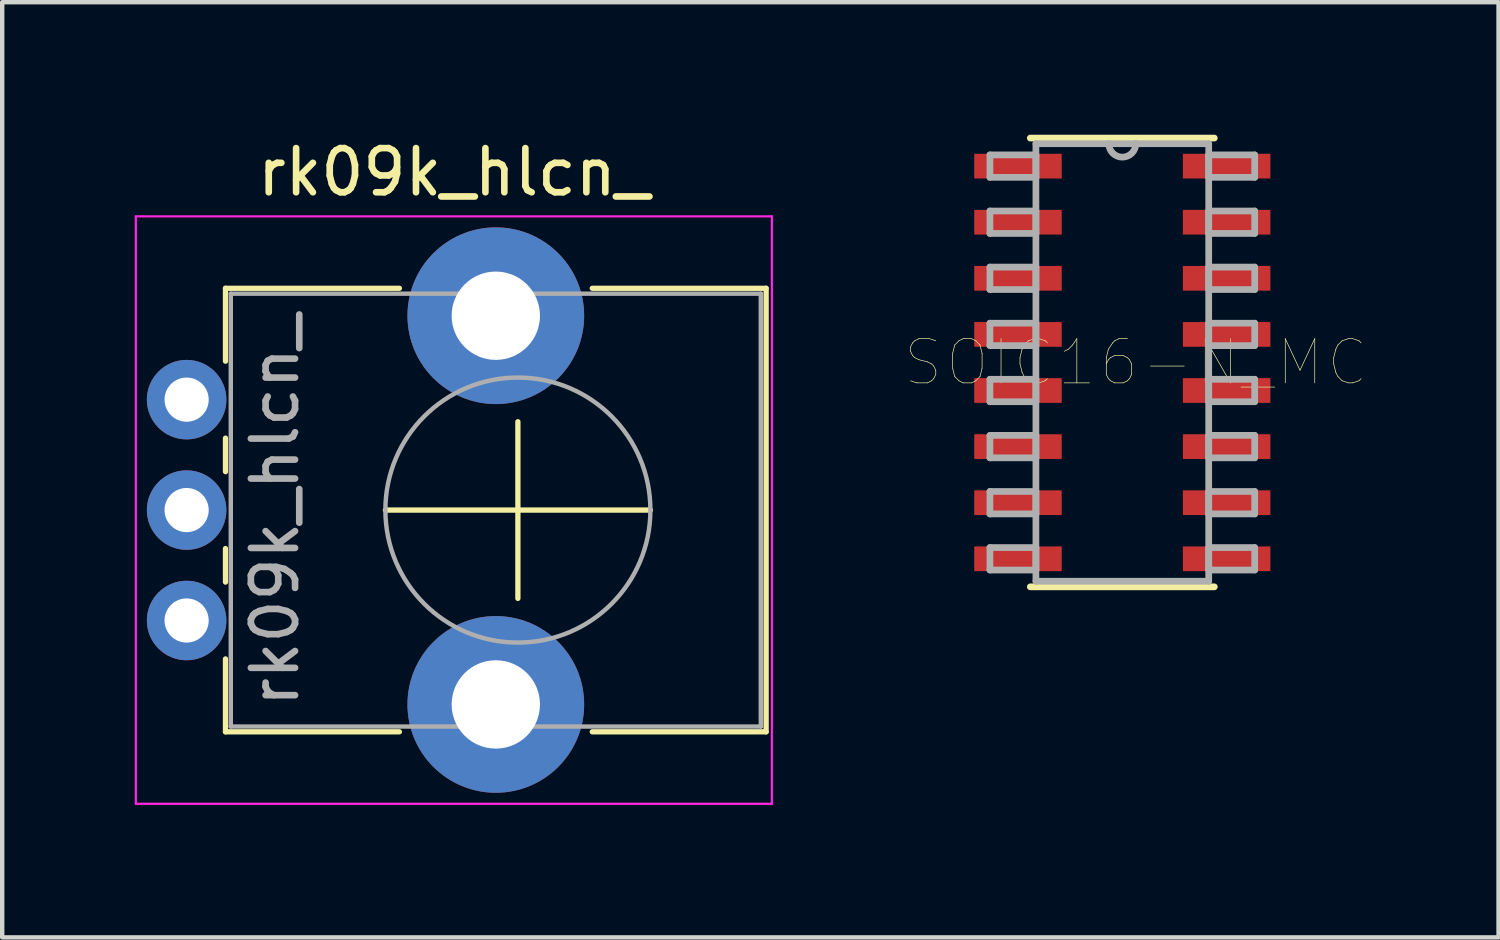
<source format=kicad_pcb>
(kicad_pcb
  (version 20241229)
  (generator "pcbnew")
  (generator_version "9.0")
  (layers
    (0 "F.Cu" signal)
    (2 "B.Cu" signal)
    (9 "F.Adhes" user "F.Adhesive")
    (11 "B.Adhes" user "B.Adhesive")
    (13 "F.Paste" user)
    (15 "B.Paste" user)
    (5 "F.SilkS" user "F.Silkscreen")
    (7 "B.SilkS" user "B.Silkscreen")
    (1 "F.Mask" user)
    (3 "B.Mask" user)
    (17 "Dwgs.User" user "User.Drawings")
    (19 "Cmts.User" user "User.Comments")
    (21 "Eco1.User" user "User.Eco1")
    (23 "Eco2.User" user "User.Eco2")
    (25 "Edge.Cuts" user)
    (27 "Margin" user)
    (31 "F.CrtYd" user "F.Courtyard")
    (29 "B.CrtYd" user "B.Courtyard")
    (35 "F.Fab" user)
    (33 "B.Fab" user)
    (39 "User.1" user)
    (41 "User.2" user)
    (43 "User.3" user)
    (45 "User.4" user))
  (footprint "SOIC16-N_MC"
    (layer "F.Cu")
    (at 22.359 5.156)
    (property "Reference" "SOIC16-N_MC" (at 0.305 0.000001 0) (layer "F.SilkS") (effects (font (size 1.001 1.001) (thickness 0.015))))
    (attr through_hole)
    (fp_line (start -2.083 5.08) (end 2.083 5.08) (stroke (width 0.152) (type solid)) (layer "F.SilkS"))
    (fp_line (start 2.083 -5.08) (end -2.083 -5.08) (stroke (width 0.152) (type solid)) (layer "F.SilkS"))
    (fp_line (start -2.997 -4.699) (end -2.997 -4.191) (stroke (width 0.152) (type solid)) (layer "F.Fab"))
    (fp_line (start -2.997 -4.191) (end -1.956 -4.191) (stroke (width 0.152) (type solid)) (layer "F.Fab"))
    (fp_line (start -2.997 -3.429) (end -2.997 -2.921) (stroke (width 0.152) (type solid)) (layer "F.Fab"))
    (fp_line (start -2.997 -2.921) (end -1.956 -2.921) (stroke (width 0.152) (type solid)) (layer "F.Fab"))
    (fp_line (start -2.997 -2.159) (end -2.997 -1.651) (stroke (width 0.152) (type solid)) (layer "F.Fab"))
    (fp_line (start -2.997 -1.651) (end -1.956 -1.651) (stroke (width 0.152) (type solid)) (layer "F.Fab"))
    (fp_line (start -2.997 -0.889) (end -2.997 -0.381) (stroke (width 0.152) (type solid)) (layer "F.Fab"))
    (fp_line (start -2.997 -0.381) (end -1.956 -0.381) (stroke (width 0.152) (type solid)) (layer "F.Fab"))
    (fp_line (start -2.997 0.381) (end -2.997 0.889) (stroke (width 0.152) (type solid)) (layer "F.Fab"))
    (fp_line (start -2.997 0.889) (end -1.956 0.889) (stroke (width 0.152) (type solid)) (layer "F.Fab"))
    (fp_line (start -2.997 1.651) (end -2.997 2.159) (stroke (width 0.152) (type solid)) (layer "F.Fab"))
    (fp_line (start -2.997 2.159) (end -1.956 2.159) (stroke (width 0.152) (type solid)) (layer "F.Fab"))
    (fp_line (start -2.997 2.921) (end -2.997 3.429) (stroke (width 0.152) (type solid)) (layer "F.Fab"))
    (fp_line (start -2.997 3.429) (end -1.956 3.429) (stroke (width 0.152) (type solid)) (layer "F.Fab"))
    (fp_line (start -2.997 4.191) (end -2.997 4.699) (stroke (width 0.152) (type solid)) (layer "F.Fab"))
    (fp_line (start -2.997 4.699) (end -1.956 4.699) (stroke (width 0.152) (type solid)) (layer "F.Fab"))
    (fp_line (start -1.956 -4.953) (end -1.956 4.953) (stroke (width 0.152) (type solid)) (layer "F.Fab"))
    (fp_line (start -1.956 -4.699) (end -2.997 -4.699) (stroke (width 0.152) (type solid)) (layer "F.Fab"))
    (fp_line (start -1.956 -4.191) (end -1.956 -4.699) (stroke (width 0.152) (type solid)) (layer "F.Fab"))
    (fp_line (start -1.956 -3.429) (end -2.997 -3.429) (stroke (width 0.152) (type solid)) (layer "F.Fab"))
    (fp_line (start -1.956 -2.921) (end -1.956 -3.429) (stroke (width 0.152) (type solid)) (layer "F.Fab"))
    (fp_line (start -1.956 -2.159) (end -2.997 -2.159) (stroke (width 0.152) (type solid)) (layer "F.Fab"))
    (fp_line (start -1.956 -1.651) (end -1.956 -2.159) (stroke (width 0.152) (type solid)) (layer "F.Fab"))
    (fp_line (start -1.956 -0.889) (end -2.997 -0.889) (stroke (width 0.152) (type solid)) (layer "F.Fab"))
    (fp_line (start -1.956 -0.381) (end -1.956 -0.889) (stroke (width 0.152) (type solid)) (layer "F.Fab"))
    (fp_line (start -1.956 0.381) (end -2.997 0.381) (stroke (width 0.152) (type solid)) (layer "F.Fab"))
    (fp_line (start -1.956 0.889) (end -1.956 0.381) (stroke (width 0.152) (type solid)) (layer "F.Fab"))
    (fp_line (start -1.956 1.651) (end -2.997 1.651) (stroke (width 0.152) (type solid)) (layer "F.Fab"))
    (fp_line (start -1.956 2.159) (end -1.956 1.651) (stroke (width 0.152) (type solid)) (layer "F.Fab"))
    (fp_line (start -1.956 2.921) (end -2.997 2.921) (stroke (width 0.152) (type solid)) (layer "F.Fab"))
    (fp_line (start -1.956 3.429) (end -1.956 2.921) (stroke (width 0.152) (type solid)) (layer "F.Fab"))
    (fp_line (start -1.956 4.191) (end -2.997 4.191) (stroke (width 0.152) (type solid)) (layer "F.Fab"))
    (fp_line (start -1.956 4.699) (end -1.956 4.191) (stroke (width 0.152) (type solid)) (layer "F.Fab"))
    (fp_line (start -1.956 4.953) (end 1.956 4.953) (stroke (width 0.152) (type solid)) (layer "F.Fab"))
    (fp_line (start -0.305 -4.953) (end -1.956 -4.953) (stroke (width 0.152) (type solid)) (layer "F.Fab"))
    (fp_line (start 0.305 -4.953) (end -0.305 -4.953) (stroke (width 0.152) (type solid)) (layer "F.Fab"))
    (fp_line (start 1.956 -4.953) (end 0.305 -4.953) (stroke (width 0.152) (type solid)) (layer "F.Fab"))
    (fp_line (start 1.956 -4.699) (end 1.956 -4.191) (stroke (width 0.152) (type solid)) (layer "F.Fab"))
    (fp_line (start 1.956 -4.191) (end 2.997 -4.191) (stroke (width 0.152) (type solid)) (layer "F.Fab"))
    (fp_line (start 1.956 -3.429) (end 1.956 -2.921) (stroke (width 0.152) (type solid)) (layer "F.Fab"))
    (fp_line (start 1.956 -2.921) (end 2.997 -2.921) (stroke (width 0.152) (type solid)) (layer "F.Fab"))
    (fp_line (start 1.956 -2.159) (end 1.956 -1.651) (stroke (width 0.152) (type solid)) (layer "F.Fab"))
    (fp_line (start 1.956 -1.651) (end 2.997 -1.651) (stroke (width 0.152) (type solid)) (layer "F.Fab"))
    (fp_line (start 1.956 -0.889) (end 1.956 -0.381) (stroke (width 0.152) (type solid)) (layer "F.Fab"))
    (fp_line (start 1.956 -0.381) (end 2.997 -0.381) (stroke (width 0.152) (type solid)) (layer "F.Fab"))
    (fp_line (start 1.956 0.381) (end 1.956 0.889) (stroke (width 0.152) (type solid)) (layer "F.Fab"))
    (fp_line (start 1.956 0.889) (end 2.997 0.889) (stroke (width 0.152) (type solid)) (layer "F.Fab"))
    (fp_line (start 1.956 1.651) (end 1.956 2.159) (stroke (width 0.152) (type solid)) (layer "F.Fab"))
    (fp_line (start 1.956 2.159) (end 2.997 2.159) (stroke (width 0.152) (type solid)) (layer "F.Fab"))
    (fp_line (start 1.956 2.921) (end 1.956 3.429) (stroke (width 0.152) (type solid)) (layer "F.Fab"))
    (fp_line (start 1.956 3.429) (end 2.997 3.429) (stroke (width 0.152) (type solid)) (layer "F.Fab"))
    (fp_line (start 1.956 4.191) (end 1.956 4.699) (stroke (width 0.152) (type solid)) (layer "F.Fab"))
    (fp_line (start 1.956 4.699) (end 2.997 4.699) (stroke (width 0.152) (type solid)) (layer "F.Fab"))
    (fp_line (start 1.956 4.953) (end 1.956 -4.953) (stroke (width 0.152) (type solid)) (layer "F.Fab"))
    (fp_line (start 2.997 -4.699) (end 1.956 -4.699) (stroke (width 0.152) (type solid)) (layer "F.Fab"))
    (fp_line (start 2.997 -4.191) (end 2.997 -4.699) (stroke (width 0.152) (type solid)) (layer "F.Fab"))
    (fp_line (start 2.997 -3.429) (end 1.956 -3.429) (stroke (width 0.152) (type solid)) (layer "F.Fab"))
    (fp_line (start 2.997 -2.921) (end 2.997 -3.429) (stroke (width 0.152) (type solid)) (layer "F.Fab"))
    (fp_line (start 2.997 -2.159) (end 1.956 -2.159) (stroke (width 0.152) (type solid)) (layer "F.Fab"))
    (fp_line (start 2.997 -1.651) (end 2.997 -2.159) (stroke (width 0.152) (type solid)) (layer "F.Fab"))
    (fp_line (start 2.997 -0.889) (end 1.956 -0.889) (stroke (width 0.152) (type solid)) (layer "F.Fab"))
    (fp_line (start 2.997 -0.381) (end 2.997 -0.889) (stroke (width 0.152) (type solid)) (layer "F.Fab"))
    (fp_line (start 2.997 0.381) (end 1.956 0.381) (stroke (width 0.152) (type solid)) (layer "F.Fab"))
    (fp_line (start 2.997 0.889) (end 2.997 0.381) (stroke (width 0.152) (type solid)) (layer "F.Fab"))
    (fp_line (start 2.997 1.651) (end 1.956 1.651) (stroke (width 0.152) (type solid)) (layer "F.Fab"))
    (fp_line (start 2.997 2.159) (end 2.997 1.651) (stroke (width 0.152) (type solid)) (layer "F.Fab"))
    (fp_line (start 2.997 2.921) (end 1.956 2.921) (stroke (width 0.152) (type solid)) (layer "F.Fab"))
    (fp_line (start 2.997 3.429) (end 2.997 2.921) (stroke (width 0.152) (type solid)) (layer "F.Fab"))
    (fp_line (start 2.997 4.191) (end 1.956 4.191) (stroke (width 0.152) (type solid)) (layer "F.Fab"))
    (fp_line (start 2.997 4.699) (end 2.997 4.191) (stroke (width 0.152) (type solid)) (layer "F.Fab"))
    (fp_arc (start 0.3048 -4.953) (mid 0 -4.6482) (end -0.3048 -4.953) (stroke (width 0.1524) (type solid)) (layer "F.Fab"))
    (pad "1" smd rect (at -2.362 -4.445) (size 1.981 0.559) (layers "F.Cu" "F.Mask" "F.Paste"))
    (pad "2" smd rect (at -2.362 -3.175) (size 1.981 0.559) (layers "F.Cu" "F.Mask" "F.Paste"))
    (pad "3" smd rect (at -2.362 -1.905) (size 1.981 0.559) (layers "F.Cu" "F.Mask" "F.Paste"))
    (pad "4" smd rect (at -2.362 -0.635) (size 1.981 0.559) (layers "F.Cu" "F.Mask" "F.Paste"))
    (pad "5" smd rect (at -2.362 0.635) (size 1.981 0.559) (layers "F.Cu" "F.Mask" "F.Paste"))
    (pad "6" smd rect (at -2.362 1.905) (size 1.981 0.559) (layers "F.Cu" "F.Mask" "F.Paste"))
    (pad "7" smd rect (at -2.362 3.175) (size 1.981 0.559) (layers "F.Cu" "F.Mask" "F.Paste"))
    (pad "8" smd rect (at -2.362 4.445) (size 1.981 0.559) (layers "F.Cu" "F.Mask" "F.Paste"))
    (pad "9" smd rect (at 2.362 4.445) (size 1.981 0.559) (layers "F.Cu" "F.Mask" "F.Paste"))
    (pad "10" smd rect (at 2.362 3.175) (size 1.981 0.559) (layers "F.Cu" "F.Mask" "F.Paste"))
    (pad "11" smd rect (at 2.362 1.905) (size 1.981 0.559) (layers "F.Cu" "F.Mask" "F.Paste"))
    (pad "12" smd rect (at 2.362 0.635) (size 1.981 0.559) (layers "F.Cu" "F.Mask" "F.Paste"))
    (pad "13" smd rect (at 2.362 -0.635) (size 1.981 0.559) (layers "F.Cu" "F.Mask" "F.Paste"))
    (pad "14" smd rect (at 2.362 -1.905) (size 1.981 0.559) (layers "F.Cu" "F.Mask" "F.Paste"))
    (pad "15" smd rect (at 2.362 -3.175) (size 1.981 0.559) (layers "F.Cu" "F.Mask" "F.Paste"))
    (pad "16" smd rect (at 2.362 -4.445) (size 1.981 0.559) (layers "F.Cu" "F.Mask" "F.Paste")))
  (footprint "rk09k_hlcn_"
    (layer "F.Cu")
    (at 8.675 8.498)
    (property "Reference" "rk09k_hlcn_" (at -1.45 -7.65 0) (layer "F.SilkS") (effects (font (size 1 1) (thickness 0.15))))
    (attr through_hole)
    (fp_line (start -6.62 -5.021) (end -6.62 -3.371) (stroke (width 0.12) (type solid)) (layer "F.SilkS"))
    (fp_line (start -6.62 -5.021) (end -2.683 -5.021) (stroke (width 0.12) (type solid)) (layer "F.SilkS"))
    (fp_line (start -6.62 -1.629) (end -6.62 -0.87) (stroke (width 0.12) (type solid)) (layer "F.SilkS"))
    (fp_line (start -6.62 0.871) (end -6.62 1.63) (stroke (width 0.12) (type solid)) (layer "F.SilkS"))
    (fp_line (start -6.62 3.37) (end -6.62 5.02) (stroke (width 0.12) (type solid)) (layer "F.SilkS"))
    (fp_line (start -6.62 5.02) (end -2.683 5.02) (stroke (width 0.12) (type solid)) (layer "F.SilkS"))
    (fp_line (start -3 0) (end 3 0) (stroke (width 0.12) (type solid)) (layer "F.SilkS"))
    (fp_line (start 0 2) (end 0 -2) (stroke (width 0.12) (type solid)) (layer "F.SilkS"))
    (fp_line (start 1.684 -5.021) (end 5.62 -5.021) (stroke (width 0.12) (type solid)) (layer "F.SilkS"))
    (fp_line (start 1.684 5.02) (end 5.62 5.02) (stroke (width 0.12) (type solid)) (layer "F.SilkS"))
    (fp_line (start 5.62 -5.021) (end 5.62 5.02) (stroke (width 0.12) (type solid)) (layer "F.SilkS"))
    (fp_line (start -8.65 -6.65) (end -8.65 6.65) (stroke (width 0.05) (type solid)) (layer "F.CrtYd"))
    (fp_line (start -8.65 6.65) (end 5.75 6.65) (stroke (width 0.05) (type solid)) (layer "F.CrtYd"))
    (fp_line (start 5.75 -6.65) (end -8.65 -6.65) (stroke (width 0.05) (type solid)) (layer "F.CrtYd"))
    (fp_line (start 5.75 6.65) (end 5.75 -6.65) (stroke (width 0.05) (type solid)) (layer "F.CrtYd"))
    (fp_line (start -6.5 -4.9) (end -6.5 4.9) (stroke (width 0.1) (type solid)) (layer "F.Fab"))
    (fp_line (start -6.5 4.9) (end 5.5 4.9) (stroke (width 0.1) (type solid)) (layer "F.Fab"))
    (fp_line (start 5.5 -4.9) (end -6.5 -4.9) (stroke (width 0.1) (type solid)) (layer "F.Fab"))
    (fp_line (start 5.5 4.9) (end 5.5 -4.9) (stroke (width 0.1) (type solid)) (layer "F.Fab"))
    (fp_circle (center 0 0) (end 3 0) (stroke (width 0.1) (type solid)) (fill no) (layer "F.Fab"))
    (fp_text user "${REFERENCE}" (at -5.5 0 90) (layer "F.Fab") (effects (font (size 1 1) (thickness 0.15))))
    (pad "" np_thru_hole circle (at -0.5 -4.4) (size 4 4) (drill 2) (layers "*.Cu" "*.Mask"))
    (pad "" np_thru_hole circle (at -0.5 4.4) (size 4 4) (drill 2) (layers "*.Cu" "*.Mask"))
    (pad "1" thru_hole circle (at -7.5 2.5) (size 1.8 1.8) (drill 1) (layers "*.Cu" "*.Mask"))
    (pad "2" thru_hole circle (at -7.5 0) (size 1.8 1.8) (drill 1) (layers "*.Cu" "*.Mask"))
    (pad "3" thru_hole circle (at -7.5 -2.5) (size 1.8 1.8) (drill 1) (layers "*.Cu" "*.Mask")))
  (gr_rect
    (start -3 -3)
    (end 30.877 18.173)
    (stroke (width 0.1) (type default))
    (fill no)
    (layer "Edge.Cuts")))
</source>
